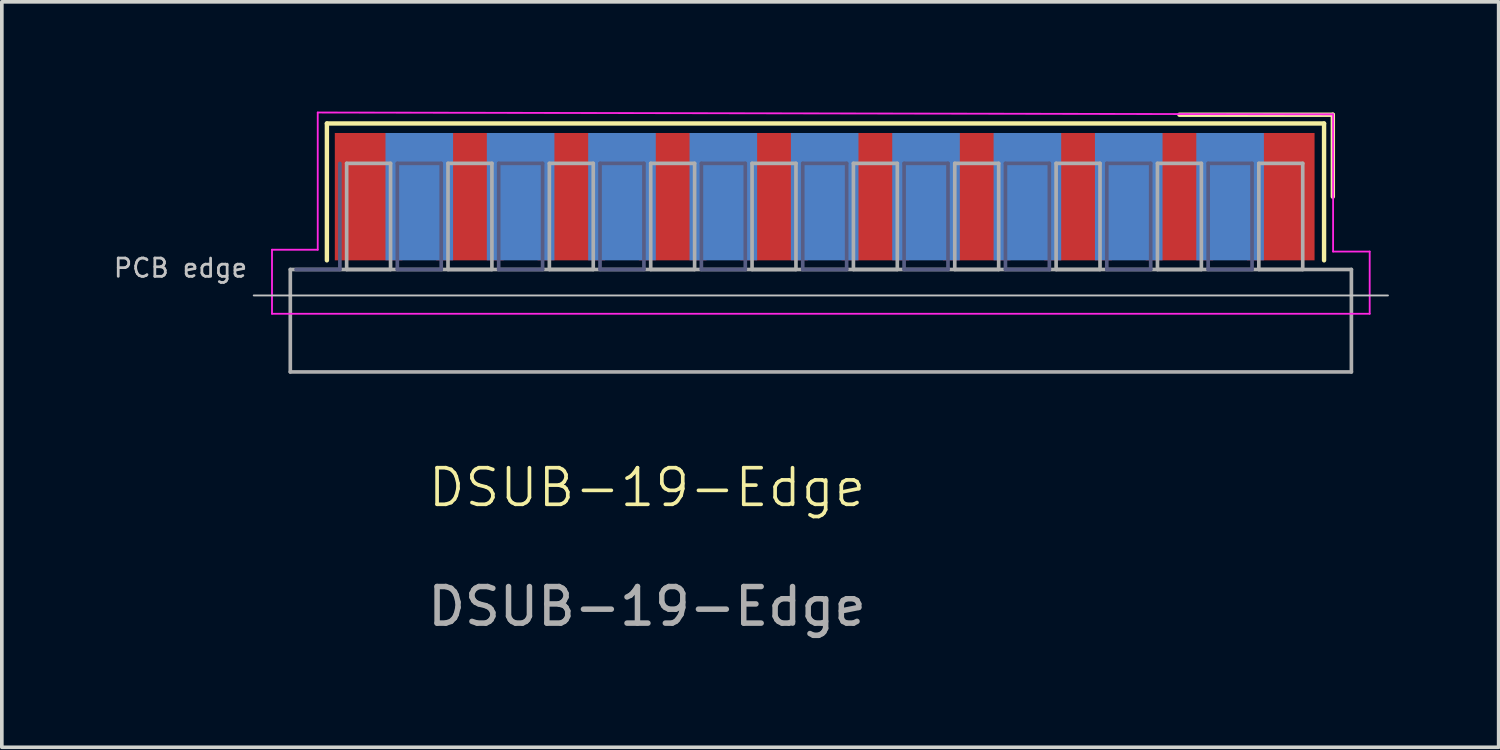
<source format=kicad_pcb>
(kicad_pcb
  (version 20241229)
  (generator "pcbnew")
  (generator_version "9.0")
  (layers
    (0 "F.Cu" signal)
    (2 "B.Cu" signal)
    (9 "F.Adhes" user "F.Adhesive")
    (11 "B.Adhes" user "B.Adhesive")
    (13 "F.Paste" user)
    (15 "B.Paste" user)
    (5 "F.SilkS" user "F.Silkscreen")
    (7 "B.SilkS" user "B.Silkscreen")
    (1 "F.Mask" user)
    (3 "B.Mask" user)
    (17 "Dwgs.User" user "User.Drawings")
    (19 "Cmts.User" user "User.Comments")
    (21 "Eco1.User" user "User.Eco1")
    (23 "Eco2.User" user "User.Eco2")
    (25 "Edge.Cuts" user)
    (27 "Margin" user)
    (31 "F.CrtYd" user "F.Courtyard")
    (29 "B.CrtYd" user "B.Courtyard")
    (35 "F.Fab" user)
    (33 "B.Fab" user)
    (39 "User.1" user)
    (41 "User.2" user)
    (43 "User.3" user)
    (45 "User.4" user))
  (footprint "DSUB-19-Edge"
    (layer "F.Cu")
    (at 14.634 10.775)
    (property "Reference" "DSUB-19-Edge" (at 0 -0.5 0) (unlocked yes) (layer "F.SilkS") (effects (font (size 1 1) (thickness 0.1))))
    (attr through_hole)
    (fp_line (start -8.75 -10.45) (end -8.75 -6.71) (stroke (width 0.12) (type solid)) (layer "F.SilkS"))
    (fp_line (start 18.503 -10.45) (end -8.75 -10.45) (stroke (width 0.12) (type solid)) (layer "F.SilkS"))
    (fp_line (start 18.503 -6.71) (end 18.503 -10.45) (stroke (width 0.12) (type solid)) (layer "F.SilkS"))
    (fp_line (start 18.743 -10.69) (end 14.55 -10.69) (stroke (width 0.12) (type solid)) (layer "F.SilkS"))
    (fp_line (start 18.743 -8.45) (end 18.743 -10.69) (stroke (width 0.12) (type solid)) (layer "F.SilkS"))
    (fp_line (start -10.75 -5.75) (end 20.25 -5.75) (stroke (width 0.05) (type solid)) (layer "Dwgs.User"))
    (fp_line (start -10.25 -7) (end -9 -7) (stroke (width 0.05) (type default)) (layer "F.CrtYd"))
    (fp_line (start -10.25 -5.25) (end -10.25 -7) (stroke (width 0.05) (type default)) (layer "F.CrtYd"))
    (fp_line (start -9 -10.75) (end 18.75 -10.7) (stroke (width 0.05) (type default)) (layer "F.CrtYd"))
    (fp_line (start -9 -7) (end -9 -10.75) (stroke (width 0.05) (type default)) (layer "F.CrtYd"))
    (fp_line (start 18.75 -10.7) (end 18.75 -6.95) (stroke (width 0.05) (type solid)) (layer "F.CrtYd"))
    (fp_line (start 18.75 -6.95) (end 19.75 -6.95) (stroke (width 0.05) (type solid)) (layer "F.CrtYd"))
    (fp_line (start 19.75 -6.95) (end 19.75 -5.25) (stroke (width 0.05) (type solid)) (layer "F.CrtYd"))
    (fp_line (start 19.75 -5.25) (end -10.25 -5.25) (stroke (width 0.05) (type default)) (layer "F.CrtYd"))
    (fp_line (start -9.595 -6.46) (end -8.395 -6.46) (stroke (width 0.1) (type solid)) (layer "B.Fab"))
    (fp_line (start -8.395 -6.46) (end -8.395 -9.36) (stroke (width 0.1) (type solid)) (layer "B.Fab"))
    (fp_line (start -6.825 -9.36) (end -6.825 -6.46) (stroke (width 0.1) (type solid)) (layer "B.Fab"))
    (fp_line (start -6.825 -6.46) (end -5.625 -6.46) (stroke (width 0.1) (type solid)) (layer "B.Fab"))
    (fp_line (start -5.625 -9.36) (end -6.825 -9.36) (stroke (width 0.1) (type solid)) (layer "B.Fab"))
    (fp_line (start -5.625 -6.46) (end -5.625 -9.36) (stroke (width 0.1) (type solid)) (layer "B.Fab"))
    (fp_line (start -4.055 -9.36) (end -4.055 -6.46) (stroke (width 0.1) (type solid)) (layer "B.Fab"))
    (fp_line (start -4.055 -6.46) (end -2.855 -6.46) (stroke (width 0.1) (type solid)) (layer "B.Fab"))
    (fp_line (start -2.855 -9.36) (end -4.055 -9.36) (stroke (width 0.1) (type solid)) (layer "B.Fab"))
    (fp_line (start -2.855 -6.46) (end -2.855 -9.36) (stroke (width 0.1) (type solid)) (layer "B.Fab"))
    (fp_line (start -1.285 -9.36) (end -1.285 -6.46) (stroke (width 0.1) (type solid)) (layer "B.Fab"))
    (fp_line (start -1.285 -6.46) (end -0.085 -6.46) (stroke (width 0.1) (type solid)) (layer "B.Fab"))
    (fp_line (start -0.085 -9.36) (end -1.285 -9.36) (stroke (width 0.1) (type solid)) (layer "B.Fab"))
    (fp_line (start -0.085 -6.46) (end -0.085 -9.36) (stroke (width 0.1) (type solid)) (layer "B.Fab"))
    (fp_line (start 1.485 -9.36) (end 1.485 -6.46) (stroke (width 0.1) (type solid)) (layer "B.Fab"))
    (fp_line (start 1.485 -6.46) (end 2.685 -6.46) (stroke (width 0.1) (type solid)) (layer "B.Fab"))
    (fp_line (start 2.685 -9.36) (end 1.485 -9.36) (stroke (width 0.1) (type solid)) (layer "B.Fab"))
    (fp_line (start 2.685 -6.46) (end 2.685 -9.36) (stroke (width 0.1) (type solid)) (layer "B.Fab"))
    (fp_line (start 4.255 -9.36) (end 4.255 -6.46) (stroke (width 0.1) (type solid)) (layer "B.Fab"))
    (fp_line (start 4.255 -6.46) (end 5.455 -6.46) (stroke (width 0.1) (type solid)) (layer "B.Fab"))
    (fp_line (start 5.455 -9.36) (end 4.255 -9.36) (stroke (width 0.1) (type solid)) (layer "B.Fab"))
    (fp_line (start 5.455 -6.46) (end 5.455 -9.36) (stroke (width 0.1) (type solid)) (layer "B.Fab"))
    (fp_line (start 7.025 -9.36) (end 7.025 -6.46) (stroke (width 0.1) (type solid)) (layer "B.Fab"))
    (fp_line (start 7.025 -6.46) (end 8.225 -6.46) (stroke (width 0.1) (type solid)) (layer "B.Fab"))
    (fp_line (start 8.225 -9.36) (end 7.025 -9.36) (stroke (width 0.1) (type solid)) (layer "B.Fab"))
    (fp_line (start 8.225 -6.46) (end 8.225 -9.36) (stroke (width 0.1) (type solid)) (layer "B.Fab"))
    (fp_line (start 9.795 -9.36) (end 9.795 -6.46) (stroke (width 0.1) (type solid)) (layer "B.Fab"))
    (fp_line (start 9.795 -6.46) (end 10.995 -6.46) (stroke (width 0.1) (type solid)) (layer "B.Fab"))
    (fp_line (start 10.995 -9.36) (end 9.795 -9.36) (stroke (width 0.1) (type solid)) (layer "B.Fab"))
    (fp_line (start 10.995 -6.46) (end 10.995 -9.36) (stroke (width 0.1) (type solid)) (layer "B.Fab"))
    (fp_line (start 12.565 -9.36) (end 12.565 -6.46) (stroke (width 0.1) (type solid)) (layer "B.Fab"))
    (fp_line (start 12.565 -6.46) (end 13.765 -6.46) (stroke (width 0.1) (type solid)) (layer "B.Fab"))
    (fp_line (start 13.765 -9.36) (end 12.565 -9.36) (stroke (width 0.1) (type solid)) (layer "B.Fab"))
    (fp_line (start 13.765 -6.46) (end 13.765 -9.36) (stroke (width 0.1) (type solid)) (layer "B.Fab"))
    (fp_line (start 15.335 -9.36) (end 15.335 -6.46) (stroke (width 0.1) (type solid)) (layer "B.Fab"))
    (fp_line (start 15.335 -6.46) (end 16.535 -6.46) (stroke (width 0.1) (type solid)) (layer "B.Fab"))
    (fp_line (start 16.535 -9.36) (end 15.335 -9.36) (stroke (width 0.1) (type solid)) (layer "B.Fab"))
    (fp_line (start 16.535 -6.46) (end 16.535 -9.36) (stroke (width 0.1) (type solid)) (layer "B.Fab"))
    (fp_line (start -9.75 -6.46) (end -9.75 -3.66) (stroke (width 0.1) (type solid)) (layer "F.Fab"))
    (fp_line (start -8.21 -9.36) (end -8.21 -6.46) (stroke (width 0.1) (type solid)) (layer "F.Fab"))
    (fp_line (start -8.21 -6.46) (end -7.01 -6.46) (stroke (width 0.1) (type solid)) (layer "F.Fab"))
    (fp_line (start -7.01 -9.36) (end -8.21 -9.36) (stroke (width 0.1) (type solid)) (layer "F.Fab"))
    (fp_line (start -7.01 -6.46) (end -7.01 -9.36) (stroke (width 0.1) (type solid)) (layer "F.Fab"))
    (fp_line (start -5.44 -9.36) (end -5.44 -6.46) (stroke (width 0.1) (type solid)) (layer "F.Fab"))
    (fp_line (start -5.44 -6.46) (end -4.24 -6.46) (stroke (width 0.1) (type solid)) (layer "F.Fab"))
    (fp_line (start -4.24 -9.36) (end -5.44 -9.36) (stroke (width 0.1) (type solid)) (layer "F.Fab"))
    (fp_line (start -4.24 -6.46) (end -4.24 -9.36) (stroke (width 0.1) (type solid)) (layer "F.Fab"))
    (fp_line (start -2.67 -9.36) (end -2.67 -6.46) (stroke (width 0.1) (type solid)) (layer "F.Fab"))
    (fp_line (start -2.67 -6.46) (end -1.47 -6.46) (stroke (width 0.1) (type solid)) (layer "F.Fab"))
    (fp_line (start -1.47 -9.36) (end -2.67 -9.36) (stroke (width 0.1) (type solid)) (layer "F.Fab"))
    (fp_line (start -1.47 -6.46) (end -1.47 -9.36) (stroke (width 0.1) (type solid)) (layer "F.Fab"))
    (fp_line (start 0.1 -9.36) (end 0.1 -6.46) (stroke (width 0.1) (type solid)) (layer "F.Fab"))
    (fp_line (start 0.1 -6.46) (end 1.3 -6.46) (stroke (width 0.1) (type solid)) (layer "F.Fab"))
    (fp_line (start 1.3 -9.36) (end 0.1 -9.36) (stroke (width 0.1) (type solid)) (layer "F.Fab"))
    (fp_line (start 1.3 -6.46) (end 1.3 -9.36) (stroke (width 0.1) (type solid)) (layer "F.Fab"))
    (fp_line (start 2.87 -9.36) (end 2.87 -6.46) (stroke (width 0.1) (type solid)) (layer "F.Fab"))
    (fp_line (start 2.87 -6.46) (end 4.07 -6.46) (stroke (width 0.1) (type solid)) (layer "F.Fab"))
    (fp_line (start 4.07 -9.36) (end 2.87 -9.36) (stroke (width 0.1) (type solid)) (layer "F.Fab"))
    (fp_line (start 4.07 -6.46) (end 4.07 -9.36) (stroke (width 0.1) (type solid)) (layer "F.Fab"))
    (fp_line (start 5.64 -9.36) (end 5.64 -6.46) (stroke (width 0.1) (type solid)) (layer "F.Fab"))
    (fp_line (start 5.64 -6.46) (end 6.84 -6.46) (stroke (width 0.1) (type solid)) (layer "F.Fab"))
    (fp_line (start 6.84 -9.36) (end 5.64 -9.36) (stroke (width 0.1) (type solid)) (layer "F.Fab"))
    (fp_line (start 6.84 -6.46) (end 6.84 -9.36) (stroke (width 0.1) (type solid)) (layer "F.Fab"))
    (fp_line (start 8.41 -9.36) (end 8.41 -6.46) (stroke (width 0.1) (type solid)) (layer "F.Fab"))
    (fp_line (start 8.41 -6.46) (end 9.61 -6.46) (stroke (width 0.1) (type solid)) (layer "F.Fab"))
    (fp_line (start 9.61 -9.36) (end 8.41 -9.36) (stroke (width 0.1) (type solid)) (layer "F.Fab"))
    (fp_line (start 9.61 -6.46) (end 9.61 -9.36) (stroke (width 0.1) (type solid)) (layer "F.Fab"))
    (fp_line (start 11.18 -9.36) (end 11.18 -6.46) (stroke (width 0.1) (type solid)) (layer "F.Fab"))
    (fp_line (start 11.18 -6.46) (end 12.38 -6.46) (stroke (width 0.1) (type solid)) (layer "F.Fab"))
    (fp_line (start 12.38 -9.36) (end 11.18 -9.36) (stroke (width 0.1) (type solid)) (layer "F.Fab"))
    (fp_line (start 12.38 -6.46) (end 12.38 -9.36) (stroke (width 0.1) (type solid)) (layer "F.Fab"))
    (fp_line (start 13.95 -9.36) (end 13.95 -6.46) (stroke (width 0.1) (type solid)) (layer "F.Fab"))
    (fp_line (start 13.95 -6.46) (end 15.15 -6.46) (stroke (width 0.1) (type solid)) (layer "F.Fab"))
    (fp_line (start 15.15 -9.36) (end 13.95 -9.36) (stroke (width 0.1) (type solid)) (layer "F.Fab"))
    (fp_line (start 15.15 -6.46) (end 15.15 -9.36) (stroke (width 0.1) (type solid)) (layer "F.Fab"))
    (fp_line (start 16.72 -9.36) (end 16.72 -6.46) (stroke (width 0.1) (type solid)) (layer "F.Fab"))
    (fp_line (start 16.72 -6.46) (end 17.92 -6.46) (stroke (width 0.1) (type solid)) (layer "F.Fab"))
    (fp_line (start 17.92 -9.36) (end 16.72 -9.36) (stroke (width 0.1) (type solid)) (layer "F.Fab"))
    (fp_line (start 17.92 -6.46) (end 17.92 -9.36) (stroke (width 0.1) (type solid)) (layer "F.Fab"))
    (fp_line (start 19.25 -6.46) (end -9.75 -6.46) (stroke (width 0.1) (type solid)) (layer "F.Fab"))
    (fp_line (start 19.25 -3.66) (end -9.75 -3.66) (stroke (width 0.1) (type solid)) (layer "F.Fab"))
    (fp_line (start 19.25 -3.66) (end 19.25 -6.46) (stroke (width 0.1) (type solid)) (layer "F.Fab"))
    (fp_text user "PCB edge" (at -12.75 -6.5 0) (layer "Dwgs.User") (effects (font (size 0.5 0.5) (thickness 0.075))))
    (fp_text user "${REFERENCE}" (at 0 2.75 0) (layer "F.Fab") (effects (font (size 1 1) (thickness 0.15))))
    (pad "1" smd rect (at 17.32 -8.45) (size 1.847 3.48) (layers "F.Cu" "F.Mask" "F.Paste"))
    (pad "2" smd rect (at 14.55 -8.45) (size 1.847 3.48) (layers "F.Cu" "F.Mask" "F.Paste"))
    (pad "3" smd rect (at 11.78 -8.45) (size 1.847 3.48) (layers "F.Cu" "F.Mask" "F.Paste"))
    (pad "4" smd rect (at 9.01 -8.45) (size 1.847 3.48) (layers "F.Cu" "F.Mask" "F.Paste"))
    (pad "5" smd rect (at 6.24 -8.45) (size 1.847 3.48) (layers "F.Cu" "F.Mask" "F.Paste"))
    (pad "6" smd rect (at 3.47 -8.45) (size 1.847 3.48) (layers "F.Cu" "F.Mask" "F.Paste"))
    (pad "7" smd rect (at 0.7 -8.45) (size 1.847 3.48) (layers "F.Cu" "F.Mask" "F.Paste"))
    (pad "8" smd rect (at -2.07 -8.45) (size 1.847 3.48) (layers "F.Cu" "F.Mask" "F.Paste"))
    (pad "9" smd rect (at -4.84 -8.45) (size 1.847 3.48) (layers "F.Cu" "F.Mask" "F.Paste"))
    (pad "10" smd rect (at -7.61 -8.45) (size 1.847 3.48) (layers "F.Cu" "F.Mask" "F.Paste"))
    (pad "11" smd rect (at 15.935 -8.45) (size 1.847 3.48) (layers "B.Cu" "B.Mask" "B.Paste"))
    (pad "12" smd rect (at 13.165 -8.45) (size 1.847 3.48) (layers "B.Cu" "B.Mask" "B.Paste"))
    (pad "13" smd rect (at 10.395 -8.45) (size 1.847 3.48) (layers "B.Cu" "B.Mask" "B.Paste"))
    (pad "14" smd rect (at 7.625 -8.45) (size 1.847 3.48) (layers "B.Cu" "B.Mask" "B.Paste"))
    (pad "15" smd rect (at 4.855 -8.45) (size 1.847 3.48) (layers "B.Cu" "B.Mask" "B.Paste"))
    (pad "16" smd rect (at 2.085 -8.45) (size 1.847 3.48) (layers "B.Cu" "B.Mask" "B.Paste"))
    (pad "17" smd rect (at -0.685 -8.45) (size 1.847 3.48) (layers "B.Cu" "B.Mask" "B.Paste"))
    (pad "18" smd rect (at -3.455 -8.45) (size 1.847 3.48) (layers "B.Cu" "B.Mask" "B.Paste"))
    (pad "19" smd rect (at -6.225 -8.45) (size 1.847 3.48) (layers "B.Cu" "B.Mask" "B.Paste")))
  (gr_rect
    (start -3 -3)
    (end 37.909 17.373)
    (stroke (width 0.1) (type default))
    (fill no)
    (layer "Edge.Cuts")))
</source>
